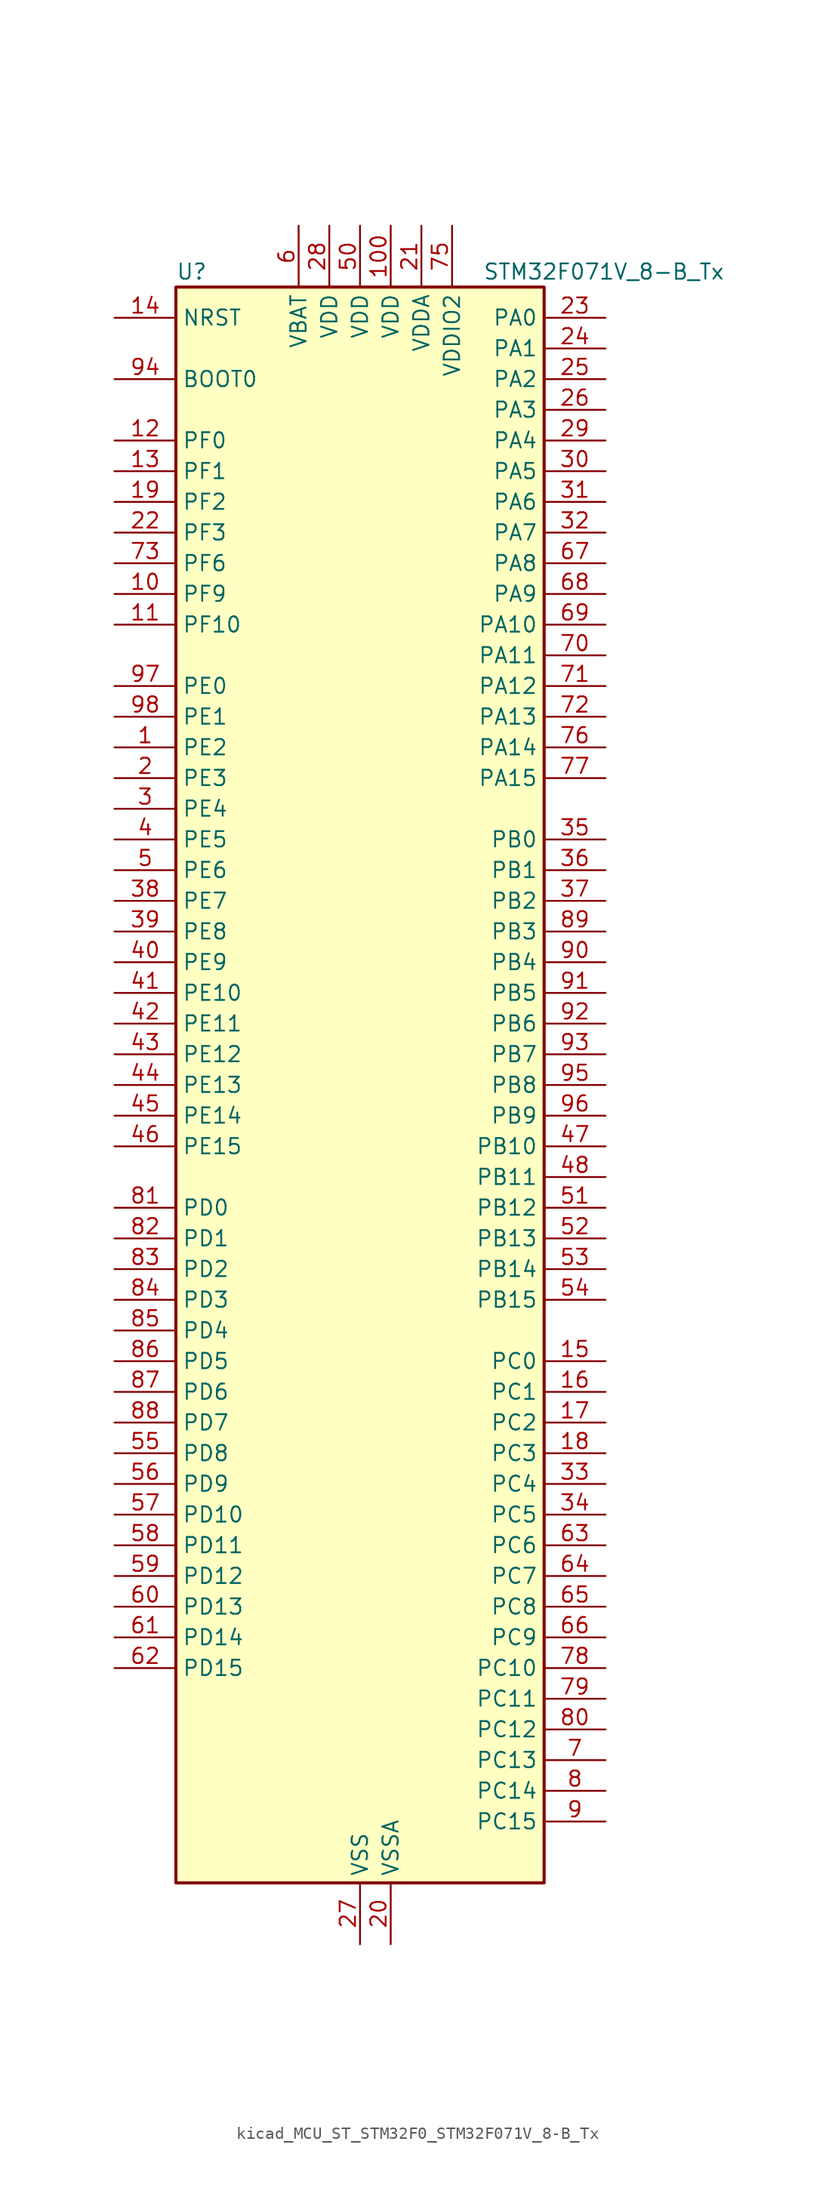
<source format=kicad_sym>
(kicad_symbol_lib
  (version 20220914)
  (generator kicad_symbol_editor)
  (symbol "kicad_MCU_ST_STM32F0_STM32F071V_8-B_Tx"
    (property "Reference" "U"
      (at -15.24 67.31 0)
      (effects (font (size 1.27 1.27)) (justify left)))
    (property "Value" "STM32F071V_8-B_Tx"
      (at 10.16 67.31 0)
      (effects (font (size 1.27 1.27)) (justify left)))
    (property "ki_locked" ""
      (at 0 0 0)
      (effects (font (size 1.27 1.27))))
    (symbol "kicad_MCU_ST_STM32F0_STM32F071V_8-B_Tx_0_1"
      (rectangle (start -15.24 -66.04) (end 15.24 66.04) (stroke (width 0.254) (type default)) (fill (type background))))
    (symbol "kicad_MCU_ST_STM32F0_STM32F071V_8-B_Tx_1_1"
      (pin bidirectional line (at -20.32 27.94 0) (length 5.08) (name "PE2" (effects (font (size 1.27 1.27)))) (number "1" (effects (font (size 1.27 1.27)))) (alternate "TIM3_ETR" bidirectional line) (alternate "TSC_G7_IO1" bidirectional line))
      (pin bidirectional line (at -20.32 40.64 0) (length 5.08) (name "PF9" (effects (font (size 1.27 1.27)))) (number "10" (effects (font (size 1.27 1.27)))) (alternate "DAC_EXTI9" bidirectional line) (alternate "TIM15_CH1" bidirectional line))
      (pin power_in line (at 2.54 71.12 270) (length 5.08) (name "VDD" (effects (font (size 1.27 1.27)))) (number "100" (effects (font (size 1.27 1.27)))))
      (pin bidirectional line (at -20.32 38.1 0) (length 5.08) (name "PF10" (effects (font (size 1.27 1.27)))) (number "11" (effects (font (size 1.27 1.27)))) (alternate "TIM15_CH2" bidirectional line))
      (pin bidirectional line (at -20.32 53.34 0) (length 5.08) (name "PF0" (effects (font (size 1.27 1.27)))) (number "12" (effects (font (size 1.27 1.27)))) (alternate "CRS_SYNC" bidirectional line) (alternate "RCC_OSC_IN" bidirectional line))
      (pin bidirectional line (at -20.32 50.8 0) (length 5.08) (name "PF1" (effects (font (size 1.27 1.27)))) (number "13" (effects (font (size 1.27 1.27)))) (alternate "RCC_OSC_OUT" bidirectional line))
      (pin input line (at -20.32 63.5 0) (length 5.08) (name "NRST" (effects (font (size 1.27 1.27)))) (number "14" (effects (font (size 1.27 1.27)))))
      (pin bidirectional line (at 20.32 -22.86 180) (length 5.08) (name "PC0" (effects (font (size 1.27 1.27)))) (number "15" (effects (font (size 1.27 1.27)))) (alternate "ADC_IN10" bidirectional line))
      (pin bidirectional line (at 20.32 -25.4 180) (length 5.08) (name "PC1" (effects (font (size 1.27 1.27)))) (number "16" (effects (font (size 1.27 1.27)))) (alternate "ADC_IN11" bidirectional line))
      (pin bidirectional line (at 20.32 -27.94 180) (length 5.08) (name "PC2" (effects (font (size 1.27 1.27)))) (number "17" (effects (font (size 1.27 1.27)))) (alternate "ADC_IN12" bidirectional line) (alternate "I2S2_MCK" bidirectional line) (alternate "SPI2_MISO" bidirectional line))
      (pin bidirectional line (at 20.32 -30.48 180) (length 5.08) (name "PC3" (effects (font (size 1.27 1.27)))) (number "18" (effects (font (size 1.27 1.27)))) (alternate "ADC_IN13" bidirectional line) (alternate "I2S2_SD" bidirectional line) (alternate "SPI2_MOSI" bidirectional line))
      (pin bidirectional line (at -20.32 48.26 0) (length 5.08) (name "PF2" (effects (font (size 1.27 1.27)))) (number "19" (effects (font (size 1.27 1.27)))) (alternate "SYS_WKUP8" bidirectional line))
      (pin bidirectional line (at -20.32 25.4 0) (length 5.08) (name "PE3" (effects (font (size 1.27 1.27)))) (number "2" (effects (font (size 1.27 1.27)))) (alternate "TIM3_CH1" bidirectional line) (alternate "TSC_G7_IO2" bidirectional line))
      (pin power_in line (at 2.54 -71.12 90) (length 5.08) (name "VSSA" (effects (font (size 1.27 1.27)))) (number "20" (effects (font (size 1.27 1.27)))))
      (pin power_in line (at 5.08 71.12 270) (length 5.08) (name "VDDA" (effects (font (size 1.27 1.27)))) (number "21" (effects (font (size 1.27 1.27)))))
      (pin bidirectional line (at -20.32 45.72 0) (length 5.08) (name "PF3" (effects (font (size 1.27 1.27)))) (number "22" (effects (font (size 1.27 1.27)))))
      (pin bidirectional line (at 20.32 63.5 180) (length 5.08) (name "PA0" (effects (font (size 1.27 1.27)))) (number "23" (effects (font (size 1.27 1.27)))) (alternate "ADC_IN0" bidirectional line) (alternate "COMP1_INM" bidirectional line) (alternate "COMP1_OUT" bidirectional line) (alternate "RTC_TAMP2" bidirectional line) (alternate "SYS_WKUP1" bidirectional line) (alternate "TIM2_CH1" bidirectional line) (alternate "TIM2_ETR" bidirectional line) (alternate "TSC_G1_IO1" bidirectional line) (alternate "USART2_CTS" bidirectional line) (alternate "USART4_TX" bidirectional line))
      (pin bidirectional line (at 20.32 60.96 180) (length 5.08) (name "PA1" (effects (font (size 1.27 1.27)))) (number "24" (effects (font (size 1.27 1.27)))) (alternate "ADC_IN1" bidirectional line) (alternate "COMP1_INP" bidirectional line) (alternate "TIM15_CH1N" bidirectional line) (alternate "TIM2_CH2" bidirectional line) (alternate "TSC_G1_IO2" bidirectional line) (alternate "USART2_DE" bidirectional line) (alternate "USART2_RTS" bidirectional line) (alternate "USART4_RX" bidirectional line))
      (pin bidirectional line (at 20.32 58.42 180) (length 5.08) (name "PA2" (effects (font (size 1.27 1.27)))) (number "25" (effects (font (size 1.27 1.27)))) (alternate "ADC_IN2" bidirectional line) (alternate "COMP2_INM" bidirectional line) (alternate "COMP2_OUT" bidirectional line) (alternate "SYS_WKUP4" bidirectional line) (alternate "TIM15_CH1" bidirectional line) (alternate "TIM2_CH3" bidirectional line) (alternate "TSC_G1_IO3" bidirectional line) (alternate "USART2_TX" bidirectional line))
      (pin bidirectional line (at 20.32 55.88 180) (length 5.08) (name "PA3" (effects (font (size 1.27 1.27)))) (number "26" (effects (font (size 1.27 1.27)))) (alternate "ADC_IN3" bidirectional line) (alternate "COMP2_INP" bidirectional line) (alternate "TIM15_CH2" bidirectional line) (alternate "TIM2_CH4" bidirectional line) (alternate "TSC_G1_IO4" bidirectional line) (alternate "USART2_RX" bidirectional line))
      (pin power_in line (at 0 -71.12 90) (length 5.08) (name "VSS" (effects (font (size 1.27 1.27)))) (number "27" (effects (font (size 1.27 1.27)))))
      (pin power_in line (at -2.54 71.12 270) (length 5.08) (name "VDD" (effects (font (size 1.27 1.27)))) (number "28" (effects (font (size 1.27 1.27)))))
      (pin bidirectional line (at 20.32 53.34 180) (length 5.08) (name "PA4" (effects (font (size 1.27 1.27)))) (number "29" (effects (font (size 1.27 1.27)))) (alternate "ADC_IN4" bidirectional line) (alternate "COMP1_INM" bidirectional line) (alternate "COMP2_INM" bidirectional line) (alternate "DAC_OUT1" bidirectional line) (alternate "I2S1_WS" bidirectional line) (alternate "SPI1_NSS" bidirectional line) (alternate "TIM14_CH1" bidirectional line) (alternate "TSC_G2_IO1" bidirectional line) (alternate "USART2_CK" bidirectional line))
      (pin bidirectional line (at -20.32 22.86 0) (length 5.08) (name "PE4" (effects (font (size 1.27 1.27)))) (number "3" (effects (font (size 1.27 1.27)))) (alternate "TIM3_CH2" bidirectional line) (alternate "TSC_G7_IO3" bidirectional line))
      (pin bidirectional line (at 20.32 50.8 180) (length 5.08) (name "PA5" (effects (font (size 1.27 1.27)))) (number "30" (effects (font (size 1.27 1.27)))) (alternate "ADC_IN5" bidirectional line) (alternate "CEC" bidirectional line) (alternate "COMP1_INM" bidirectional line) (alternate "COMP2_INM" bidirectional line) (alternate "DAC_OUT2" bidirectional line) (alternate "I2S1_CK" bidirectional line) (alternate "SPI1_SCK" bidirectional line) (alternate "TIM2_CH1" bidirectional line) (alternate "TIM2_ETR" bidirectional line) (alternate "TSC_G2_IO2" bidirectional line))
      (pin bidirectional line (at 20.32 48.26 180) (length 5.08) (name "PA6" (effects (font (size 1.27 1.27)))) (number "31" (effects (font (size 1.27 1.27)))) (alternate "ADC_IN6" bidirectional line) (alternate "COMP1_OUT" bidirectional line) (alternate "I2S1_MCK" bidirectional line) (alternate "SPI1_MISO" bidirectional line) (alternate "TIM16_CH1" bidirectional line) (alternate "TIM1_BKIN" bidirectional line) (alternate "TIM3_CH1" bidirectional line) (alternate "TSC_G2_IO3" bidirectional line) (alternate "USART3_CTS" bidirectional line))
      (pin bidirectional line (at 20.32 45.72 180) (length 5.08) (name "PA7" (effects (font (size 1.27 1.27)))) (number "32" (effects (font (size 1.27 1.27)))) (alternate "ADC_IN7" bidirectional line) (alternate "COMP2_OUT" bidirectional line) (alternate "I2S1_SD" bidirectional line) (alternate "SPI1_MOSI" bidirectional line) (alternate "TIM14_CH1" bidirectional line) (alternate "TIM17_CH1" bidirectional line) (alternate "TIM1_CH1N" bidirectional line) (alternate "TIM3_CH2" bidirectional line) (alternate "TSC_G2_IO4" bidirectional line))
      (pin bidirectional line (at 20.32 -33.02 180) (length 5.08) (name "PC4" (effects (font (size 1.27 1.27)))) (number "33" (effects (font (size 1.27 1.27)))) (alternate "ADC_IN14" bidirectional line) (alternate "USART3_TX" bidirectional line))
      (pin bidirectional line (at 20.32 -35.56 180) (length 5.08) (name "PC5" (effects (font (size 1.27 1.27)))) (number "34" (effects (font (size 1.27 1.27)))) (alternate "ADC_IN15" bidirectional line) (alternate "SYS_WKUP5" bidirectional line) (alternate "TSC_G3_IO1" bidirectional line) (alternate "USART3_RX" bidirectional line))
      (pin bidirectional line (at 20.32 20.32 180) (length 5.08) (name "PB0" (effects (font (size 1.27 1.27)))) (number "35" (effects (font (size 1.27 1.27)))) (alternate "ADC_IN8" bidirectional line) (alternate "TIM1_CH2N" bidirectional line) (alternate "TIM3_CH3" bidirectional line) (alternate "TSC_G3_IO2" bidirectional line) (alternate "USART3_CK" bidirectional line))
      (pin bidirectional line (at 20.32 17.78 180) (length 5.08) (name "PB1" (effects (font (size 1.27 1.27)))) (number "36" (effects (font (size 1.27 1.27)))) (alternate "ADC_IN9" bidirectional line) (alternate "TIM14_CH1" bidirectional line) (alternate "TIM1_CH3N" bidirectional line) (alternate "TIM3_CH4" bidirectional line) (alternate "TSC_G3_IO3" bidirectional line) (alternate "USART3_DE" bidirectional line) (alternate "USART3_RTS" bidirectional line))
      (pin bidirectional line (at 20.32 15.24 180) (length 5.08) (name "PB2" (effects (font (size 1.27 1.27)))) (number "37" (effects (font (size 1.27 1.27)))) (alternate "TSC_G3_IO4" bidirectional line))
      (pin bidirectional line (at -20.32 15.24 0) (length 5.08) (name "PE7" (effects (font (size 1.27 1.27)))) (number "38" (effects (font (size 1.27 1.27)))) (alternate "TIM1_ETR" bidirectional line))
      (pin bidirectional line (at -20.32 12.7 0) (length 5.08) (name "PE8" (effects (font (size 1.27 1.27)))) (number "39" (effects (font (size 1.27 1.27)))) (alternate "TIM1_CH1N" bidirectional line))
      (pin bidirectional line (at -20.32 20.32 0) (length 5.08) (name "PE5" (effects (font (size 1.27 1.27)))) (number "4" (effects (font (size 1.27 1.27)))) (alternate "TIM3_CH3" bidirectional line) (alternate "TSC_G7_IO4" bidirectional line))
      (pin bidirectional line (at -20.32 10.16 0) (length 5.08) (name "PE9" (effects (font (size 1.27 1.27)))) (number "40" (effects (font (size 1.27 1.27)))) (alternate "DAC_EXTI9" bidirectional line) (alternate "TIM1_CH1" bidirectional line))
      (pin bidirectional line (at -20.32 7.62 0) (length 5.08) (name "PE10" (effects (font (size 1.27 1.27)))) (number "41" (effects (font (size 1.27 1.27)))) (alternate "TIM1_CH2N" bidirectional line))
      (pin bidirectional line (at -20.32 5.08 0) (length 5.08) (name "PE11" (effects (font (size 1.27 1.27)))) (number "42" (effects (font (size 1.27 1.27)))) (alternate "TIM1_CH2" bidirectional line))
      (pin bidirectional line (at -20.32 2.54 0) (length 5.08) (name "PE12" (effects (font (size 1.27 1.27)))) (number "43" (effects (font (size 1.27 1.27)))) (alternate "I2S1_WS" bidirectional line) (alternate "SPI1_NSS" bidirectional line) (alternate "TIM1_CH3N" bidirectional line))
      (pin bidirectional line (at -20.32 0 0) (length 5.08) (name "PE13" (effects (font (size 1.27 1.27)))) (number "44" (effects (font (size 1.27 1.27)))) (alternate "I2S1_CK" bidirectional line) (alternate "SPI1_SCK" bidirectional line) (alternate "TIM1_CH3" bidirectional line))
      (pin bidirectional line (at -20.32 -2.54 0) (length 5.08) (name "PE14" (effects (font (size 1.27 1.27)))) (number "45" (effects (font (size 1.27 1.27)))) (alternate "I2S1_MCK" bidirectional line) (alternate "SPI1_MISO" bidirectional line) (alternate "TIM1_CH4" bidirectional line))
      (pin bidirectional line (at -20.32 -5.08 0) (length 5.08) (name "PE15" (effects (font (size 1.27 1.27)))) (number "46" (effects (font (size 1.27 1.27)))) (alternate "I2S1_SD" bidirectional line) (alternate "SPI1_MOSI" bidirectional line) (alternate "TIM1_BKIN" bidirectional line))
      (pin bidirectional line (at 20.32 -5.08 180) (length 5.08) (name "PB10" (effects (font (size 1.27 1.27)))) (number "47" (effects (font (size 1.27 1.27)))) (alternate "CEC" bidirectional line) (alternate "I2C2_SCL" bidirectional line) (alternate "I2S2_CK" bidirectional line) (alternate "SPI2_SCK" bidirectional line) (alternate "TIM2_CH3" bidirectional line) (alternate "TSC_SYNC" bidirectional line) (alternate "USART3_TX" bidirectional line))
      (pin bidirectional line (at 20.32 -7.62 180) (length 5.08) (name "PB11" (effects (font (size 1.27 1.27)))) (number "48" (effects (font (size 1.27 1.27)))) (alternate "I2C2_SDA" bidirectional line) (alternate "TIM2_CH4" bidirectional line) (alternate "TSC_G6_IO1" bidirectional line) (alternate "USART3_RX" bidirectional line))
      (pin passive line (at 0 -71.12 90) (length 5.08) hide (name "VSS" (effects (font (size 1.27 1.27)))) (number "49" (effects (font (size 1.27 1.27)))))
      (pin bidirectional line (at -20.32 17.78 0) (length 5.08) (name "PE6" (effects (font (size 1.27 1.27)))) (number "5" (effects (font (size 1.27 1.27)))) (alternate "RTC_TAMP3" bidirectional line) (alternate "SYS_WKUP3" bidirectional line) (alternate "TIM3_CH4" bidirectional line))
      (pin power_in line (at 0 71.12 270) (length 5.08) (name "VDD" (effects (font (size 1.27 1.27)))) (number "50" (effects (font (size 1.27 1.27)))))
      (pin bidirectional line (at 20.32 -10.16 180) (length 5.08) (name "PB12" (effects (font (size 1.27 1.27)))) (number "51" (effects (font (size 1.27 1.27)))) (alternate "I2S2_WS" bidirectional line) (alternate "SPI2_NSS" bidirectional line) (alternate "TIM15_BKIN" bidirectional line) (alternate "TIM1_BKIN" bidirectional line) (alternate "TSC_G6_IO2" bidirectional line) (alternate "USART3_CK" bidirectional line))
      (pin bidirectional line (at 20.32 -12.7 180) (length 5.08) (name "PB13" (effects (font (size 1.27 1.27)))) (number "52" (effects (font (size 1.27 1.27)))) (alternate "I2C2_SCL" bidirectional line) (alternate "I2S2_CK" bidirectional line) (alternate "SPI2_SCK" bidirectional line) (alternate "TIM1_CH1N" bidirectional line) (alternate "TSC_G6_IO3" bidirectional line) (alternate "USART3_CTS" bidirectional line))
      (pin bidirectional line (at 20.32 -15.24 180) (length 5.08) (name "PB14" (effects (font (size 1.27 1.27)))) (number "53" (effects (font (size 1.27 1.27)))) (alternate "I2C2_SDA" bidirectional line) (alternate "I2S2_MCK" bidirectional line) (alternate "SPI2_MISO" bidirectional line) (alternate "TIM15_CH1" bidirectional line) (alternate "TIM1_CH2N" bidirectional line) (alternate "TSC_G6_IO4" bidirectional line) (alternate "USART3_DE" bidirectional line) (alternate "USART3_RTS" bidirectional line))
      (pin bidirectional line (at 20.32 -17.78 180) (length 5.08) (name "PB15" (effects (font (size 1.27 1.27)))) (number "54" (effects (font (size 1.27 1.27)))) (alternate "I2S2_SD" bidirectional line) (alternate "RTC_REFIN" bidirectional line) (alternate "SPI2_MOSI" bidirectional line) (alternate "SYS_WKUP7" bidirectional line) (alternate "TIM15_CH1N" bidirectional line) (alternate "TIM15_CH2" bidirectional line) (alternate "TIM1_CH3N" bidirectional line))
      (pin bidirectional line (at -20.32 -30.48 0) (length 5.08) (name "PD8" (effects (font (size 1.27 1.27)))) (number "55" (effects (font (size 1.27 1.27)))) (alternate "USART3_TX" bidirectional line))
      (pin bidirectional line (at -20.32 -33.02 0) (length 5.08) (name "PD9" (effects (font (size 1.27 1.27)))) (number "56" (effects (font (size 1.27 1.27)))) (alternate "DAC_EXTI9" bidirectional line) (alternate "USART3_RX" bidirectional line))
      (pin bidirectional line (at -20.32 -35.56 0) (length 5.08) (name "PD10" (effects (font (size 1.27 1.27)))) (number "57" (effects (font (size 1.27 1.27)))) (alternate "USART3_CK" bidirectional line))
      (pin bidirectional line (at -20.32 -38.1 0) (length 5.08) (name "PD11" (effects (font (size 1.27 1.27)))) (number "58" (effects (font (size 1.27 1.27)))) (alternate "USART3_CTS" bidirectional line))
      (pin bidirectional line (at -20.32 -40.64 0) (length 5.08) (name "PD12" (effects (font (size 1.27 1.27)))) (number "59" (effects (font (size 1.27 1.27)))) (alternate "TSC_G8_IO1" bidirectional line) (alternate "USART3_DE" bidirectional line) (alternate "USART3_RTS" bidirectional line))
      (pin power_in line (at -5.08 71.12 270) (length 5.08) (name "VBAT" (effects (font (size 1.27 1.27)))) (number "6" (effects (font (size 1.27 1.27)))))
      (pin bidirectional line (at -20.32 -43.18 0) (length 5.08) (name "PD13" (effects (font (size 1.27 1.27)))) (number "60" (effects (font (size 1.27 1.27)))) (alternate "TSC_G8_IO2" bidirectional line))
      (pin bidirectional line (at -20.32 -45.72 0) (length 5.08) (name "PD14" (effects (font (size 1.27 1.27)))) (number "61" (effects (font (size 1.27 1.27)))) (alternate "TSC_G8_IO3" bidirectional line))
      (pin bidirectional line (at -20.32 -48.26 0) (length 5.08) (name "PD15" (effects (font (size 1.27 1.27)))) (number "62" (effects (font (size 1.27 1.27)))) (alternate "CRS_SYNC" bidirectional line) (alternate "TSC_G8_IO4" bidirectional line))
      (pin bidirectional line (at 20.32 -38.1 180) (length 5.08) (name "PC6" (effects (font (size 1.27 1.27)))) (number "63" (effects (font (size 1.27 1.27)))) (alternate "TIM3_CH1" bidirectional line))
      (pin bidirectional line (at 20.32 -40.64 180) (length 5.08) (name "PC7" (effects (font (size 1.27 1.27)))) (number "64" (effects (font (size 1.27 1.27)))) (alternate "TIM3_CH2" bidirectional line))
      (pin bidirectional line (at 20.32 -43.18 180) (length 5.08) (name "PC8" (effects (font (size 1.27 1.27)))) (number "65" (effects (font (size 1.27 1.27)))) (alternate "TIM3_CH3" bidirectional line))
      (pin bidirectional line (at 20.32 -45.72 180) (length 5.08) (name "PC9" (effects (font (size 1.27 1.27)))) (number "66" (effects (font (size 1.27 1.27)))) (alternate "DAC_EXTI9" bidirectional line) (alternate "TIM3_CH4" bidirectional line))
      (pin bidirectional line (at 20.32 43.18 180) (length 5.08) (name "PA8" (effects (font (size 1.27 1.27)))) (number "67" (effects (font (size 1.27 1.27)))) (alternate "CRS_SYNC" bidirectional line) (alternate "RCC_MCO" bidirectional line) (alternate "TIM1_CH1" bidirectional line) (alternate "USART1_CK" bidirectional line))
      (pin bidirectional line (at 20.32 40.64 180) (length 5.08) (name "PA9" (effects (font (size 1.27 1.27)))) (number "68" (effects (font (size 1.27 1.27)))) (alternate "DAC_EXTI9" bidirectional line) (alternate "TIM15_BKIN" bidirectional line) (alternate "TIM1_CH2" bidirectional line) (alternate "TSC_G4_IO1" bidirectional line) (alternate "USART1_TX" bidirectional line))
      (pin bidirectional line (at 20.32 38.1 180) (length 5.08) (name "PA10" (effects (font (size 1.27 1.27)))) (number "69" (effects (font (size 1.27 1.27)))) (alternate "TIM17_BKIN" bidirectional line) (alternate "TIM1_CH3" bidirectional line) (alternate "TSC_G4_IO2" bidirectional line) (alternate "USART1_RX" bidirectional line))
      (pin bidirectional line (at 20.32 -55.88 180) (length 5.08) (name "PC13" (effects (font (size 1.27 1.27)))) (number "7" (effects (font (size 1.27 1.27)))) (alternate "RTC_OUT_ALARM" bidirectional line) (alternate "RTC_OUT_CALIB" bidirectional line) (alternate "RTC_TAMP1" bidirectional line) (alternate "RTC_TS" bidirectional line) (alternate "SYS_WKUP2" bidirectional line))
      (pin bidirectional line (at 20.32 35.56 180) (length 5.08) (name "PA11" (effects (font (size 1.27 1.27)))) (number "70" (effects (font (size 1.27 1.27)))) (alternate "COMP1_OUT" bidirectional line) (alternate "TIM1_CH4" bidirectional line) (alternate "TSC_G4_IO3" bidirectional line) (alternate "USART1_CTS" bidirectional line))
      (pin bidirectional line (at 20.32 33.02 180) (length 5.08) (name "PA12" (effects (font (size 1.27 1.27)))) (number "71" (effects (font (size 1.27 1.27)))) (alternate "COMP2_OUT" bidirectional line) (alternate "TIM1_ETR" bidirectional line) (alternate "TSC_G4_IO4" bidirectional line) (alternate "USART1_DE" bidirectional line) (alternate "USART1_RTS" bidirectional line))
      (pin bidirectional line (at 20.32 30.48 180) (length 5.08) (name "PA13" (effects (font (size 1.27 1.27)))) (number "72" (effects (font (size 1.27 1.27)))) (alternate "IR_OUT" bidirectional line) (alternate "SYS_SWDIO" bidirectional line))
      (pin bidirectional line (at -20.32 43.18 0) (length 5.08) (name "PF6" (effects (font (size 1.27 1.27)))) (number "73" (effects (font (size 1.27 1.27)))))
      (pin passive line (at 0 -71.12 90) (length 5.08) hide (name "VSS" (effects (font (size 1.27 1.27)))) (number "74" (effects (font (size 1.27 1.27)))))
      (pin power_in line (at 7.62 71.12 270) (length 5.08) (name "VDDIO2" (effects (font (size 1.27 1.27)))) (number "75" (effects (font (size 1.27 1.27)))))
      (pin bidirectional line (at 20.32 27.94 180) (length 5.08) (name "PA14" (effects (font (size 1.27 1.27)))) (number "76" (effects (font (size 1.27 1.27)))) (alternate "SYS_SWCLK" bidirectional line) (alternate "USART2_TX" bidirectional line))
      (pin bidirectional line (at 20.32 25.4 180) (length 5.08) (name "PA15" (effects (font (size 1.27 1.27)))) (number "77" (effects (font (size 1.27 1.27)))) (alternate "I2S1_WS" bidirectional line) (alternate "SPI1_NSS" bidirectional line) (alternate "TIM2_CH1" bidirectional line) (alternate "TIM2_ETR" bidirectional line) (alternate "USART2_RX" bidirectional line) (alternate "USART4_DE" bidirectional line) (alternate "USART4_RTS" bidirectional line))
      (pin bidirectional line (at 20.32 -48.26 180) (length 5.08) (name "PC10" (effects (font (size 1.27 1.27)))) (number "78" (effects (font (size 1.27 1.27)))) (alternate "USART3_TX" bidirectional line) (alternate "USART4_TX" bidirectional line))
      (pin bidirectional line (at 20.32 -50.8 180) (length 5.08) (name "PC11" (effects (font (size 1.27 1.27)))) (number "79" (effects (font (size 1.27 1.27)))) (alternate "USART3_RX" bidirectional line) (alternate "USART4_RX" bidirectional line))
      (pin bidirectional line (at 20.32 -58.42 180) (length 5.08) (name "PC14" (effects (font (size 1.27 1.27)))) (number "8" (effects (font (size 1.27 1.27)))) (alternate "RCC_OSC32_IN" bidirectional line))
      (pin bidirectional line (at 20.32 -53.34 180) (length 5.08) (name "PC12" (effects (font (size 1.27 1.27)))) (number "80" (effects (font (size 1.27 1.27)))) (alternate "USART3_CK" bidirectional line) (alternate "USART4_CK" bidirectional line))
      (pin bidirectional line (at -20.32 -10.16 0) (length 5.08) (name "PD0" (effects (font (size 1.27 1.27)))) (number "81" (effects (font (size 1.27 1.27)))) (alternate "I2S2_WS" bidirectional line) (alternate "SPI2_NSS" bidirectional line))
      (pin bidirectional line (at -20.32 -12.7 0) (length 5.08) (name "PD1" (effects (font (size 1.27 1.27)))) (number "82" (effects (font (size 1.27 1.27)))) (alternate "I2S2_CK" bidirectional line) (alternate "SPI2_SCK" bidirectional line))
      (pin bidirectional line (at -20.32 -15.24 0) (length 5.08) (name "PD2" (effects (font (size 1.27 1.27)))) (number "83" (effects (font (size 1.27 1.27)))) (alternate "TIM3_ETR" bidirectional line) (alternate "USART3_DE" bidirectional line) (alternate "USART3_RTS" bidirectional line))
      (pin bidirectional line (at -20.32 -17.78 0) (length 5.08) (name "PD3" (effects (font (size 1.27 1.27)))) (number "84" (effects (font (size 1.27 1.27)))) (alternate "I2S2_MCK" bidirectional line) (alternate "SPI2_MISO" bidirectional line) (alternate "USART2_CTS" bidirectional line))
      (pin bidirectional line (at -20.32 -20.32 0) (length 5.08) (name "PD4" (effects (font (size 1.27 1.27)))) (number "85" (effects (font (size 1.27 1.27)))) (alternate "I2S2_SD" bidirectional line) (alternate "SPI2_MOSI" bidirectional line) (alternate "USART2_DE" bidirectional line) (alternate "USART2_RTS" bidirectional line))
      (pin bidirectional line (at -20.32 -22.86 0) (length 5.08) (name "PD5" (effects (font (size 1.27 1.27)))) (number "86" (effects (font (size 1.27 1.27)))) (alternate "USART2_TX" bidirectional line))
      (pin bidirectional line (at -20.32 -25.4 0) (length 5.08) (name "PD6" (effects (font (size 1.27 1.27)))) (number "87" (effects (font (size 1.27 1.27)))) (alternate "USART2_RX" bidirectional line))
      (pin bidirectional line (at -20.32 -27.94 0) (length 5.08) (name "PD7" (effects (font (size 1.27 1.27)))) (number "88" (effects (font (size 1.27 1.27)))) (alternate "USART2_CK" bidirectional line))
      (pin bidirectional line (at 20.32 12.7 180) (length 5.08) (name "PB3" (effects (font (size 1.27 1.27)))) (number "89" (effects (font (size 1.27 1.27)))) (alternate "I2S1_CK" bidirectional line) (alternate "SPI1_SCK" bidirectional line) (alternate "TIM2_CH2" bidirectional line) (alternate "TSC_G5_IO1" bidirectional line))
      (pin bidirectional line (at 20.32 -60.96 180) (length 5.08) (name "PC15" (effects (font (size 1.27 1.27)))) (number "9" (effects (font (size 1.27 1.27)))) (alternate "RCC_OSC32_OUT" bidirectional line))
      (pin bidirectional line (at 20.32 10.16 180) (length 5.08) (name "PB4" (effects (font (size 1.27 1.27)))) (number "90" (effects (font (size 1.27 1.27)))) (alternate "I2S1_MCK" bidirectional line) (alternate "SPI1_MISO" bidirectional line) (alternate "TIM17_BKIN" bidirectional line) (alternate "TIM3_CH1" bidirectional line) (alternate "TSC_G5_IO2" bidirectional line))
      (pin bidirectional line (at 20.32 7.62 180) (length 5.08) (name "PB5" (effects (font (size 1.27 1.27)))) (number "91" (effects (font (size 1.27 1.27)))) (alternate "I2C1_SMBA" bidirectional line) (alternate "I2S1_SD" bidirectional line) (alternate "SPI1_MOSI" bidirectional line) (alternate "SYS_WKUP6" bidirectional line) (alternate "TIM16_BKIN" bidirectional line) (alternate "TIM3_CH2" bidirectional line))
      (pin bidirectional line (at 20.32 5.08 180) (length 5.08) (name "PB6" (effects (font (size 1.27 1.27)))) (number "92" (effects (font (size 1.27 1.27)))) (alternate "I2C1_SCL" bidirectional line) (alternate "TIM16_CH1N" bidirectional line) (alternate "TSC_G5_IO3" bidirectional line) (alternate "USART1_TX" bidirectional line))
      (pin bidirectional line (at 20.32 2.54 180) (length 5.08) (name "PB7" (effects (font (size 1.27 1.27)))) (number "93" (effects (font (size 1.27 1.27)))) (alternate "I2C1_SDA" bidirectional line) (alternate "TIM17_CH1N" bidirectional line) (alternate "TSC_G5_IO4" bidirectional line) (alternate "USART1_RX" bidirectional line) (alternate "USART4_CTS" bidirectional line))
      (pin input line (at -20.32 58.42 0) (length 5.08) (name "BOOT0" (effects (font (size 1.27 1.27)))) (number "94" (effects (font (size 1.27 1.27)))))
      (pin bidirectional line (at 20.32 0 180) (length 5.08) (name "PB8" (effects (font (size 1.27 1.27)))) (number "95" (effects (font (size 1.27 1.27)))) (alternate "CEC" bidirectional line) (alternate "I2C1_SCL" bidirectional line) (alternate "TIM16_CH1" bidirectional line) (alternate "TSC_SYNC" bidirectional line))
      (pin bidirectional line (at 20.32 -2.54 180) (length 5.08) (name "PB9" (effects (font (size 1.27 1.27)))) (number "96" (effects (font (size 1.27 1.27)))) (alternate "DAC_EXTI9" bidirectional line) (alternate "I2C1_SDA" bidirectional line) (alternate "I2S2_WS" bidirectional line) (alternate "IR_OUT" bidirectional line) (alternate "SPI2_NSS" bidirectional line) (alternate "TIM17_CH1" bidirectional line))
      (pin bidirectional line (at -20.32 33.02 0) (length 5.08) (name "PE0" (effects (font (size 1.27 1.27)))) (number "97" (effects (font (size 1.27 1.27)))) (alternate "TIM16_CH1" bidirectional line))
      (pin bidirectional line (at -20.32 30.48 0) (length 5.08) (name "PE1" (effects (font (size 1.27 1.27)))) (number "98" (effects (font (size 1.27 1.27)))) (alternate "TIM17_CH1" bidirectional line))
      (pin passive line (at 0 -71.12 90) (length 5.08) hide (name "VSS" (effects (font (size 1.27 1.27)))) (number "99" (effects (font (size 1.27 1.27))))))))
</source>
